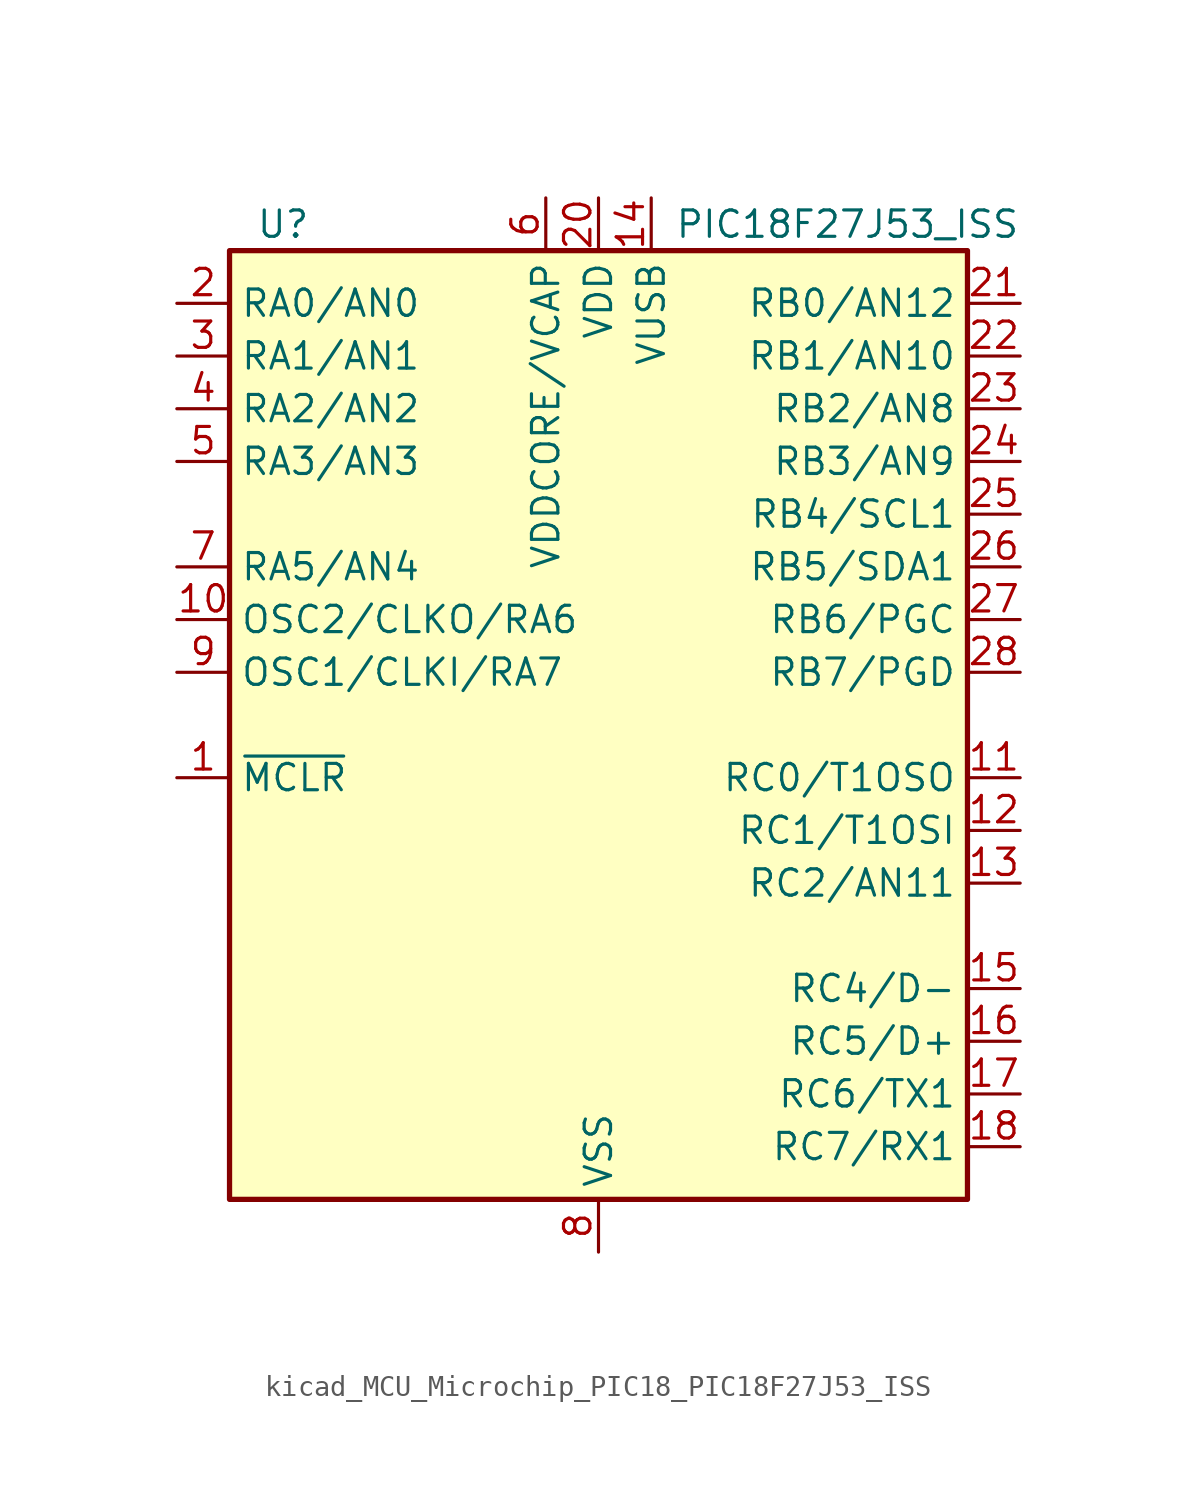
<source format=kicad_sym>
(kicad_symbol_lib
  (version 20220914)
  (generator kicad_symbol_editor)
  (symbol "kicad_MCU_Microchip_PIC18_PIC18F27J53_ISS"
    (property "Reference" "U"
      (at -16.51 24.13 0)
      (effects (font (size 1.27 1.27)) (justify left)))
    (property "Value" "PIC18F27J53_ISS"
      (at 20.32 24.13 0)
      (effects (font (size 1.27 1.27)) (justify right)))
    (symbol "kicad_MCU_Microchip_PIC18_PIC18F27J53_ISS_0_1"
      (rectangle (start 17.78 -22.86) (end -17.78 22.86) (stroke (width 0.254) (type default)) (fill (type background))))
    (symbol "kicad_MCU_Microchip_PIC18_PIC18F27J53_ISS_1_1"
      (pin input line (at -20.32 -2.54 0) (length 2.54) (name "~{MCLR}" (effects (font (size 1.27 1.27)))) (number "1" (effects (font (size 1.27 1.27)))))
      (pin bidirectional line (at -20.32 5.08 0) (length 2.54) (name "OSC2/CLKO/RA6" (effects (font (size 1.27 1.27)))) (number "10" (effects (font (size 1.27 1.27)))))
      (pin bidirectional line (at 20.32 -2.54 180) (length 2.54) (name "RC0/T1OSO" (effects (font (size 1.27 1.27)))) (number "11" (effects (font (size 1.27 1.27)))))
      (pin bidirectional line (at 20.32 -5.08 180) (length 2.54) (name "RC1/T1OSI" (effects (font (size 1.27 1.27)))) (number "12" (effects (font (size 1.27 1.27)))))
      (pin bidirectional line (at 20.32 -7.62 180) (length 2.54) (name "RC2/AN11" (effects (font (size 1.27 1.27)))) (number "13" (effects (font (size 1.27 1.27)))))
      (pin power_in line (at 2.54 25.4 270) (length 2.54) (name "VUSB" (effects (font (size 1.27 1.27)))) (number "14" (effects (font (size 1.27 1.27)))))
      (pin bidirectional line (at 20.32 -12.7 180) (length 2.54) (name "RC4/D-" (effects (font (size 1.27 1.27)))) (number "15" (effects (font (size 1.27 1.27)))))
      (pin bidirectional line (at 20.32 -15.24 180) (length 2.54) (name "RC5/D+" (effects (font (size 1.27 1.27)))) (number "16" (effects (font (size 1.27 1.27)))))
      (pin bidirectional line (at 20.32 -17.78 180) (length 2.54) (name "RC6/TX1" (effects (font (size 1.27 1.27)))) (number "17" (effects (font (size 1.27 1.27)))))
      (pin bidirectional line (at 20.32 -20.32 180) (length 2.54) (name "RC7/RX1" (effects (font (size 1.27 1.27)))) (number "18" (effects (font (size 1.27 1.27)))))
      (pin passive line (at 0 -25.4 90) (length 2.54) hide (name "VSS" (effects (font (size 1.27 1.27)))) (number "19" (effects (font (size 1.27 1.27)))))
      (pin bidirectional line (at -20.32 20.32 0) (length 2.54) (name "RA0/AN0" (effects (font (size 1.27 1.27)))) (number "2" (effects (font (size 1.27 1.27)))))
      (pin power_in line (at 0 25.4 270) (length 2.54) (name "VDD" (effects (font (size 1.27 1.27)))) (number "20" (effects (font (size 1.27 1.27)))))
      (pin bidirectional line (at 20.32 20.32 180) (length 2.54) (name "RB0/AN12" (effects (font (size 1.27 1.27)))) (number "21" (effects (font (size 1.27 1.27)))))
      (pin bidirectional line (at 20.32 17.78 180) (length 2.54) (name "RB1/AN10" (effects (font (size 1.27 1.27)))) (number "22" (effects (font (size 1.27 1.27)))))
      (pin bidirectional line (at 20.32 15.24 180) (length 2.54) (name "RB2/AN8" (effects (font (size 1.27 1.27)))) (number "23" (effects (font (size 1.27 1.27)))))
      (pin bidirectional line (at 20.32 12.7 180) (length 2.54) (name "RB3/AN9" (effects (font (size 1.27 1.27)))) (number "24" (effects (font (size 1.27 1.27)))))
      (pin bidirectional line (at 20.32 10.16 180) (length 2.54) (name "RB4/SCL1" (effects (font (size 1.27 1.27)))) (number "25" (effects (font (size 1.27 1.27)))))
      (pin bidirectional line (at 20.32 7.62 180) (length 2.54) (name "RB5/SDA1" (effects (font (size 1.27 1.27)))) (number "26" (effects (font (size 1.27 1.27)))))
      (pin bidirectional line (at 20.32 5.08 180) (length 2.54) (name "RB6/PGC" (effects (font (size 1.27 1.27)))) (number "27" (effects (font (size 1.27 1.27)))))
      (pin bidirectional line (at 20.32 2.54 180) (length 2.54) (name "RB7/PGD" (effects (font (size 1.27 1.27)))) (number "28" (effects (font (size 1.27 1.27)))))
      (pin bidirectional line (at -20.32 17.78 0) (length 2.54) (name "RA1/AN1" (effects (font (size 1.27 1.27)))) (number "3" (effects (font (size 1.27 1.27)))))
      (pin bidirectional line (at -20.32 15.24 0) (length 2.54) (name "RA2/AN2" (effects (font (size 1.27 1.27)))) (number "4" (effects (font (size 1.27 1.27)))))
      (pin bidirectional line (at -20.32 12.7 0) (length 2.54) (name "RA3/AN3" (effects (font (size 1.27 1.27)))) (number "5" (effects (font (size 1.27 1.27)))))
      (pin power_in line (at -2.54 25.4 270) (length 2.54) (name "VDDCORE/VCAP" (effects (font (size 1.27 1.27)))) (number "6" (effects (font (size 1.27 1.27)))))
      (pin bidirectional line (at -20.32 7.62 0) (length 2.54) (name "RA5/AN4" (effects (font (size 1.27 1.27)))) (number "7" (effects (font (size 1.27 1.27)))))
      (pin power_in line (at 0 -25.4 90) (length 2.54) (name "VSS" (effects (font (size 1.27 1.27)))) (number "8" (effects (font (size 1.27 1.27)))))
      (pin bidirectional line (at -20.32 2.54 0) (length 2.54) (name "OSC1/CLKI/RA7" (effects (font (size 1.27 1.27)))) (number "9" (effects (font (size 1.27 1.27))))))))
</source>
